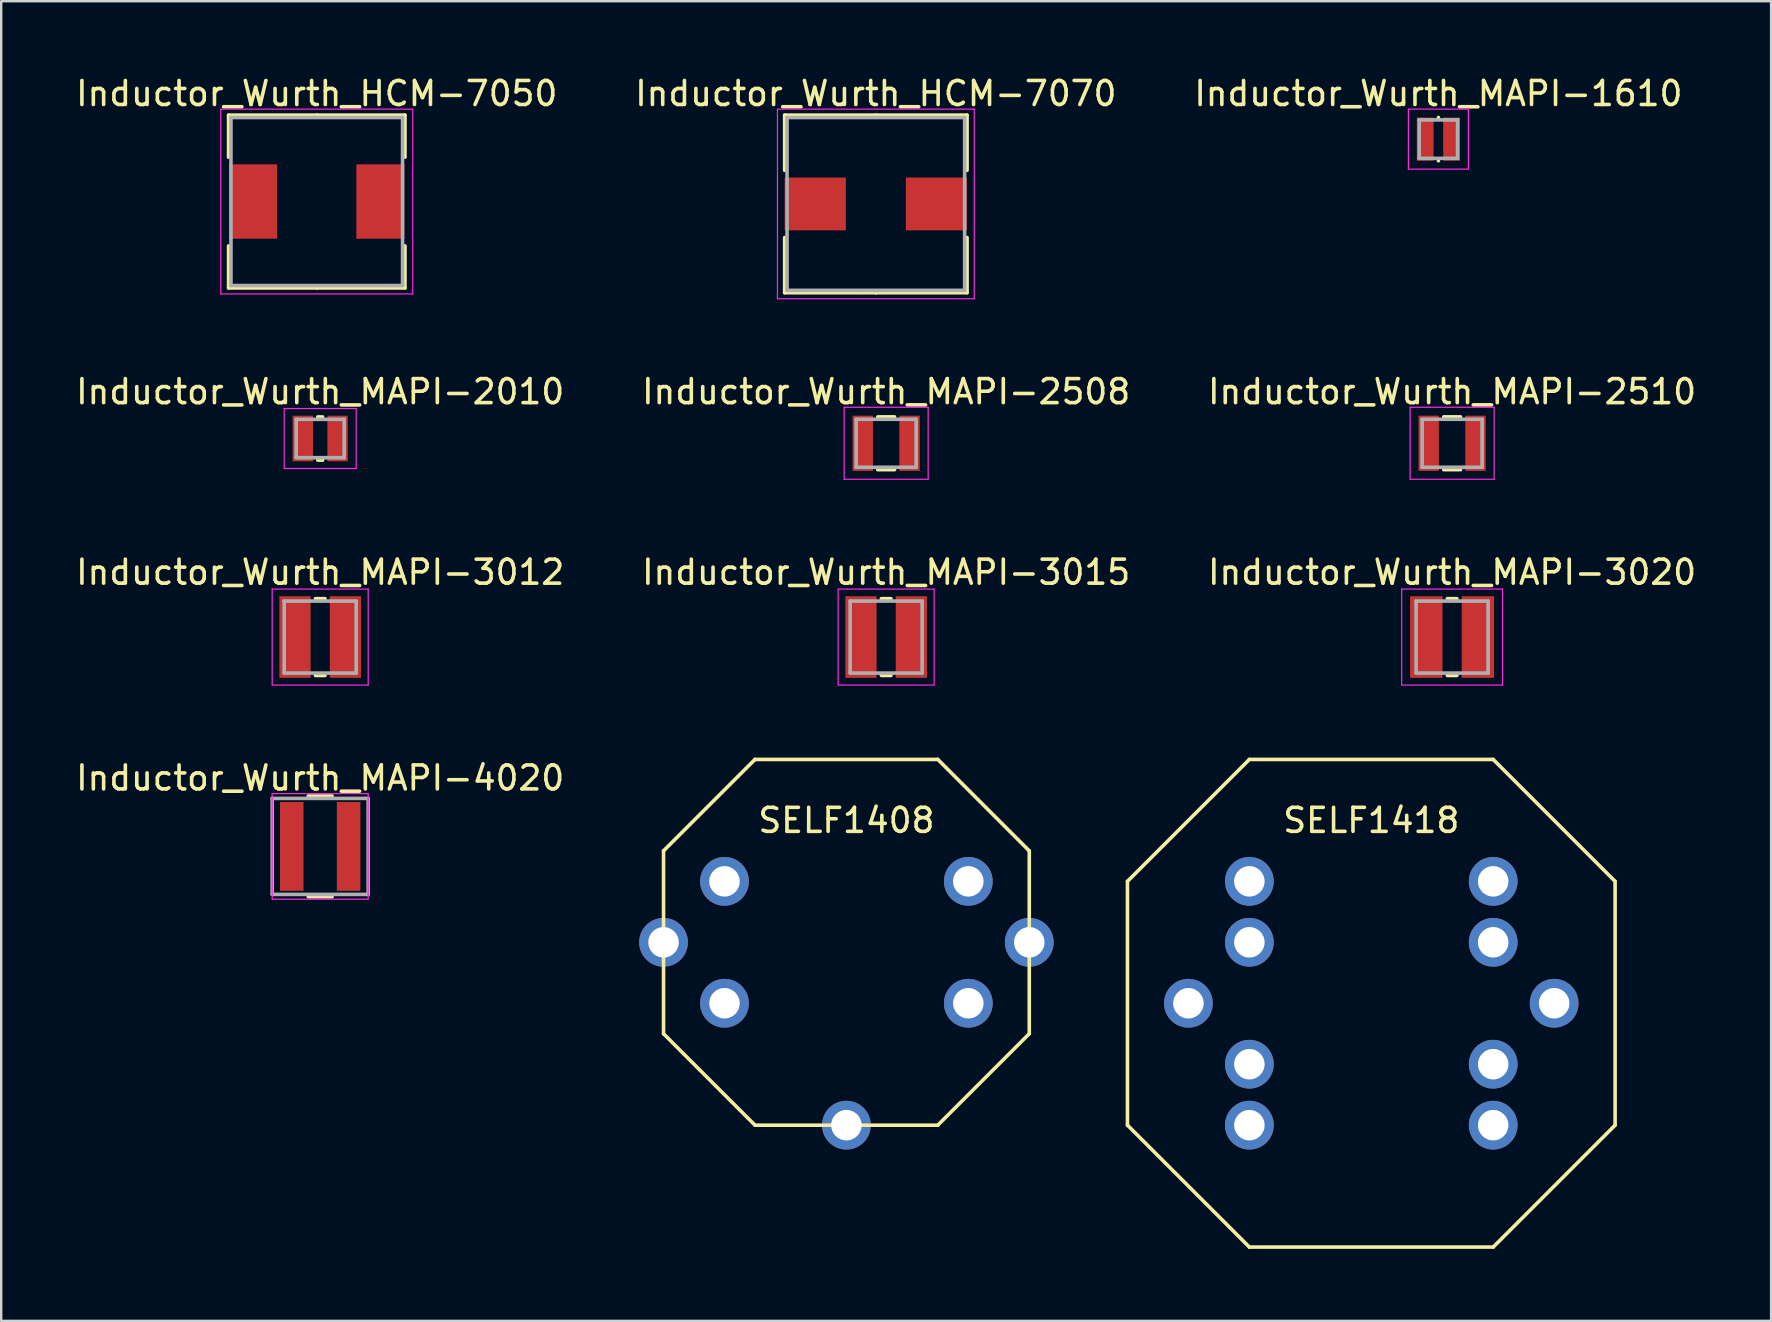
<source format=kicad_pcb>
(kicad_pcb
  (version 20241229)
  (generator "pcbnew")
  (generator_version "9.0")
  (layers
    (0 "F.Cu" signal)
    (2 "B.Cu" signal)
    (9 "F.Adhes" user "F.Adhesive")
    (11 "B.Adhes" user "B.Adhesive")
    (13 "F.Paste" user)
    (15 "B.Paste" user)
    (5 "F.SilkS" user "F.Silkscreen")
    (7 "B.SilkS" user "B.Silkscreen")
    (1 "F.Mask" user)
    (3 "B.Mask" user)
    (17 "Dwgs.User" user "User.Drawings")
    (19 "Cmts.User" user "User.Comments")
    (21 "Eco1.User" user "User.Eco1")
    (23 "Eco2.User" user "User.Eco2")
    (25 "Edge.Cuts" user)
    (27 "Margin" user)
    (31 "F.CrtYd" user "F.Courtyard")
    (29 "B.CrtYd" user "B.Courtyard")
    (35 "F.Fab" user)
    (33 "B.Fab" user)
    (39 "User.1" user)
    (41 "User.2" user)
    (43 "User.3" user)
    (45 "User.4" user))
  (footprint "Inductor_Wurth_MAPI-2510"
    (layer "F.Cu")
    (at 57.458 15.421)
    (property "Reference" "Inductor_Wurth_MAPI-2510" (at 0 -2.15 0) (layer "F.SilkS") (effects (font (size 1 1) (thickness 0.15))))
    (attr smd)
    (fp_line (start -0.35 -1.1) (end 0.35 -1.1) (stroke (width 0.15) (type solid)) (layer "F.SilkS"))
    (fp_line (start -0.35 1.1) (end 0.35 1.1) (stroke (width 0.15) (type solid)) (layer "F.SilkS"))
    (fp_line (start -1.75 -1.5) (end -1.75 1.5) (stroke (width 0.05) (type solid)) (layer "F.CrtYd"))
    (fp_line (start -1.75 1.5) (end 1.75 1.5) (stroke (width 0.05) (type solid)) (layer "F.CrtYd"))
    (fp_line (start 1.75 -1.5) (end -1.75 -1.5) (stroke (width 0.05) (type solid)) (layer "F.CrtYd"))
    (fp_line (start 1.75 1.5) (end 1.75 -1.5) (stroke (width 0.05) (type solid)) (layer "F.CrtYd"))
    (fp_line (start -1.25 -1) (end -1.25 1) (stroke (width 0.15) (type solid)) (layer "F.Fab"))
    (fp_line (start -1.25 1) (end 1.25 1) (stroke (width 0.15) (type solid)) (layer "F.Fab"))
    (fp_line (start 1.25 -1) (end -1.25 -1) (stroke (width 0.15) (type solid)) (layer "F.Fab"))
    (fp_line (start 1.25 1) (end 1.25 -1) (stroke (width 0.15) (type solid)) (layer "F.Fab"))
    (pad "1" smd rect (at -0.975 0) (size 0.85 2.3) (layers "F.Cu" "F.Mask" "F.Paste"))
    (pad "2" smd rect (at 0.975 0) (size 0.85 2.3) (layers "F.Cu" "F.Mask" "F.Paste")))
  (footprint "Inductor_Wurth_MAPI-1610"
    (layer "F.Cu")
    (at 56.887 2.748)
    (property "Reference" "Inductor_Wurth_MAPI-1610" (at 0 -1.9 0) (layer "F.SilkS") (effects (font (size 1 1) (thickness 0.15))))
    (attr smd)
    (fp_line (start 0 -0.9) (end 0 -0.9) (stroke (width 0.15) (type solid)) (layer "F.SilkS"))
    (fp_line (start 0 0.9) (end 0 0.9) (stroke (width 0.15) (type solid)) (layer "F.SilkS"))
    (fp_line (start -1.25 -1.25) (end -1.25 1.25) (stroke (width 0.05) (type solid)) (layer "F.CrtYd"))
    (fp_line (start -1.25 1.25) (end 1.25 1.25) (stroke (width 0.05) (type solid)) (layer "F.CrtYd"))
    (fp_line (start 1.25 -1.25) (end -1.25 -1.25) (stroke (width 0.05) (type solid)) (layer "F.CrtYd"))
    (fp_line (start 1.25 1.25) (end 1.25 -1.25) (stroke (width 0.05) (type solid)) (layer "F.CrtYd"))
    (fp_line (start -0.8 -0.8) (end -0.8 0.8) (stroke (width 0.15) (type solid)) (layer "F.Fab"))
    (fp_line (start -0.8 0.8) (end 0.8 0.8) (stroke (width 0.15) (type solid)) (layer "F.Fab"))
    (fp_line (start 0.8 -0.8) (end -0.8 -0.8) (stroke (width 0.15) (type solid)) (layer "F.Fab"))
    (fp_line (start 0.8 0.8) (end 0.8 -0.8) (stroke (width 0.15) (type solid)) (layer "F.Fab"))
    (pad "1" smd rect (at -0.55 0) (size 0.7 1.8) (layers "F.Cu" "F.Mask" "F.Paste"))
    (pad "2" smd rect (at 0.55 0) (size 0.7 1.8) (layers "F.Cu" "F.Mask" "F.Paste")))
  (footprint "Inductor_Wurth_MAPI-3012"
    (layer "F.Cu")
    (at 10.292 23.495)
    (property "Reference" "Inductor_Wurth_MAPI-3012" (at 0 -2.7 0) (layer "F.SilkS") (effects (font (size 1 1) (thickness 0.15))))
    (attr smd)
    (fp_line (start -0.2 -1.6) (end 0.2 -1.6) (stroke (width 0.15) (type solid)) (layer "F.SilkS"))
    (fp_line (start -0.2 1.6) (end 0.2 1.6) (stroke (width 0.15) (type solid)) (layer "F.SilkS"))
    (fp_line (start -2 -2) (end -2 2) (stroke (width 0.05) (type solid)) (layer "F.CrtYd"))
    (fp_line (start -2 2) (end 2 2) (stroke (width 0.05) (type solid)) (layer "F.CrtYd"))
    (fp_line (start 2 -2) (end -2 -2) (stroke (width 0.05) (type solid)) (layer "F.CrtYd"))
    (fp_line (start 2 2) (end 2 -2) (stroke (width 0.05) (type solid)) (layer "F.CrtYd"))
    (fp_line (start -1.5 -1.5) (end -1.5 1.5) (stroke (width 0.15) (type solid)) (layer "F.Fab"))
    (fp_line (start -1.5 1.5) (end 1.5 1.5) (stroke (width 0.15) (type solid)) (layer "F.Fab"))
    (fp_line (start 1.5 -1.5) (end -1.5 -1.5) (stroke (width 0.15) (type solid)) (layer "F.Fab"))
    (fp_line (start 1.5 1.5) (end 1.5 -1.5) (stroke (width 0.15) (type solid)) (layer "F.Fab"))
    (pad "1" smd rect (at -1.05 0) (size 1.3 3.4) (layers "F.Cu" "F.Mask" "F.Paste"))
    (pad "2" smd rect (at 1.05 0) (size 1.3 3.4) (layers "F.Cu" "F.Mask" "F.Paste")))
  (footprint "Inductor_Wurth_MAPI-2010"
    (layer "F.Cu")
    (at 10.292 15.222)
    (property "Reference" "Inductor_Wurth_MAPI-2010" (at 0 -1.95 0) (layer "F.SilkS") (effects (font (size 1 1) (thickness 0.15))))
    (attr smd)
    (fp_line (start -0.1 -0.9) (end 0.1 -0.9) (stroke (width 0.15) (type solid)) (layer "F.SilkS"))
    (fp_line (start -0.1 0.9) (end 0.1 0.9) (stroke (width 0.15) (type solid)) (layer "F.SilkS"))
    (fp_line (start -1.5 -1.25) (end -1.5 1.25) (stroke (width 0.05) (type solid)) (layer "F.CrtYd"))
    (fp_line (start -1.5 1.25) (end 1.5 1.25) (stroke (width 0.05) (type solid)) (layer "F.CrtYd"))
    (fp_line (start 1.5 -1.25) (end -1.5 -1.25) (stroke (width 0.05) (type solid)) (layer "F.CrtYd"))
    (fp_line (start 1.5 1.25) (end 1.5 -1.25) (stroke (width 0.05) (type solid)) (layer "F.CrtYd"))
    (fp_line (start -1 -0.8) (end -1 0.8) (stroke (width 0.15) (type solid)) (layer "F.Fab"))
    (fp_line (start -1 0.8) (end 1 0.8) (stroke (width 0.15) (type solid)) (layer "F.Fab"))
    (fp_line (start 1 -0.8) (end -1 -0.8) (stroke (width 0.15) (type solid)) (layer "F.Fab"))
    (fp_line (start 1 0.8) (end 1 -0.8) (stroke (width 0.15) (type solid)) (layer "F.Fab"))
    (pad "1" smd rect (at -0.725 0) (size 0.85 1.9) (layers "F.Cu" "F.Mask" "F.Paste"))
    (pad "2" smd rect (at 0.725 0) (size 0.85 1.9) (layers "F.Cu" "F.Mask" "F.Paste")))
  (footprint "Inductor_Wurth_HCM-7050"
    (layer "F.Cu")
    (at 10.149 5.348)
    (property "Reference" "Inductor_Wurth_HCM-7050" (at 0 -4.5 0) (layer "F.SilkS") (effects (font (size 1 1) (thickness 0.15))))
    (attr smd)
    (fp_line (start -3.675 -3.6) (end 0 -3.6) (stroke (width 0.15) (type solid)) (layer "F.SilkS"))
    (fp_line (start -3.675 -1.85) (end -3.675 -3.6) (stroke (width 0.15) (type solid)) (layer "F.SilkS"))
    (fp_line (start -3.675 1.85) (end -3.675 3.6) (stroke (width 0.15) (type solid)) (layer "F.SilkS"))
    (fp_line (start -3.675 3.6) (end 0 3.6) (stroke (width 0.15) (type solid)) (layer "F.SilkS"))
    (fp_line (start 3.675 -3.6) (end 0 -3.6) (stroke (width 0.15) (type solid)) (layer "F.SilkS"))
    (fp_line (start 3.675 -1.85) (end 3.675 -3.6) (stroke (width 0.15) (type solid)) (layer "F.SilkS"))
    (fp_line (start 3.675 1.85) (end 3.675 3.6) (stroke (width 0.15) (type solid)) (layer "F.SilkS"))
    (fp_line (start 3.675 3.6) (end 0 3.6) (stroke (width 0.15) (type solid)) (layer "F.SilkS"))
    (fp_line (start -4 -3.85) (end -4 3.85) (stroke (width 0.05) (type solid)) (layer "F.CrtYd"))
    (fp_line (start -4 3.85) (end 4 3.85) (stroke (width 0.05) (type solid)) (layer "F.CrtYd"))
    (fp_line (start 4 -3.85) (end -4 -3.85) (stroke (width 0.05) (type solid)) (layer "F.CrtYd"))
    (fp_line (start 4 3.85) (end 4 -3.85) (stroke (width 0.05) (type solid)) (layer "F.CrtYd"))
    (fp_line (start -3.575 -3.5) (end -3.575 3.5) (stroke (width 0.15) (type solid)) (layer "F.Fab"))
    (fp_line (start -3.575 3.5) (end 3.575 3.5) (stroke (width 0.15) (type solid)) (layer "F.Fab"))
    (fp_line (start 3.575 -3.5) (end -3.575 -3.5) (stroke (width 0.15) (type solid)) (layer "F.Fab"))
    (fp_line (start 3.575 3.5) (end 3.575 -3.5) (stroke (width 0.15) (type solid)) (layer "F.Fab"))
    (pad "1" smd rect (at -2.65 0) (size 2 3.1) (layers "F.Cu" "F.Mask" "F.Paste"))
    (pad "2" smd rect (at 2.65 0) (size 2 3.1) (layers "F.Cu" "F.Mask" "F.Paste")))
  (footprint "Inductor_Wurth_MAPI-2508"
    (layer "F.Cu")
    (at 33.875 15.421)
    (property "Reference" "Inductor_Wurth_MAPI-2508" (at 0 -2.15 0) (layer "F.SilkS") (effects (font (size 1 1) (thickness 0.15))))
    (attr smd)
    (fp_line (start -0.35 -1.1) (end 0.35 -1.1) (stroke (width 0.15) (type solid)) (layer "F.SilkS"))
    (fp_line (start -0.35 1.1) (end 0.35 1.1) (stroke (width 0.15) (type solid)) (layer "F.SilkS"))
    (fp_line (start -1.75 -1.5) (end -1.75 1.5) (stroke (width 0.05) (type solid)) (layer "F.CrtYd"))
    (fp_line (start -1.75 1.5) (end 1.75 1.5) (stroke (width 0.05) (type solid)) (layer "F.CrtYd"))
    (fp_line (start 1.75 -1.5) (end -1.75 -1.5) (stroke (width 0.05) (type solid)) (layer "F.CrtYd"))
    (fp_line (start 1.75 1.5) (end 1.75 -1.5) (stroke (width 0.05) (type solid)) (layer "F.CrtYd"))
    (fp_line (start -1.25 -1) (end -1.25 1) (stroke (width 0.15) (type solid)) (layer "F.Fab"))
    (fp_line (start -1.25 1) (end 1.25 1) (stroke (width 0.15) (type solid)) (layer "F.Fab"))
    (fp_line (start 1.25 -1) (end -1.25 -1) (stroke (width 0.15) (type solid)) (layer "F.Fab"))
    (fp_line (start 1.25 1) (end 1.25 -1) (stroke (width 0.15) (type solid)) (layer "F.Fab"))
    (pad "1" smd rect (at -0.975 0) (size 0.85 2.3) (layers "F.Cu" "F.Mask" "F.Paste"))
    (pad "2" smd rect (at 0.975 0) (size 0.85 2.3) (layers "F.Cu" "F.Mask" "F.Paste")))
  (footprint "SELF1408"
    (layer "F.Cu")
    (at 32.219 36.215)
    (property "Reference" "SELF1408" (at 0 -5.08 0) (layer "F.SilkS") (effects (font (size 1 1) (thickness 0.15))))
    (attr through_hole)
    (fp_line (start -7.62 -3.81) (end -7.62 3.81) (stroke (width 0.15) (type solid)) (layer "F.SilkS"))
    (fp_line (start -7.62 3.81) (end -3.81 7.62) (stroke (width 0.15) (type solid)) (layer "F.SilkS"))
    (fp_line (start -3.81 -7.62) (end -7.62 -3.81) (stroke (width 0.15) (type solid)) (layer "F.SilkS"))
    (fp_line (start -3.81 7.62) (end 3.81 7.62) (stroke (width 0.15) (type solid)) (layer "F.SilkS"))
    (fp_line (start 3.81 -7.62) (end -3.81 -7.62) (stroke (width 0.15) (type solid)) (layer "F.SilkS"))
    (fp_line (start 3.81 7.62) (end 7.62 3.81) (stroke (width 0.15) (type solid)) (layer "F.SilkS"))
    (fp_line (start 7.62 -3.81) (end 3.81 -7.62) (stroke (width 0.15) (type solid)) (layer "F.SilkS"))
    (fp_line (start 7.62 3.81) (end 7.62 -3.81) (stroke (width 0.15) (type solid)) (layer "F.SilkS"))
    (pad "0" thru_hole circle (at 0 7.62) (size 2.032 2.032) (drill 1.27) (layers "*.Cu" "*.Mask"))
    (pad "1" thru_hole circle (at -7.62 0) (size 2.032 2.032) (drill 1.27) (layers "*.Cu" "*.Mask"))
    (pad "1" thru_hole circle (at -5.08 -2.54) (size 2.032 2.032) (drill 1.27) (layers "*.Cu" "*.Mask"))
    (pad "1" thru_hole circle (at -5.08 2.54) (size 2.032 2.032) (drill 1.27) (layers "*.Cu" "*.Mask"))
    (pad "2" thru_hole circle (at 5.08 -2.54) (size 2.032 2.032) (drill 1.27) (layers "*.Cu" "*.Mask"))
    (pad "2" thru_hole circle (at 5.08 2.54) (size 2.032 2.032) (drill 1.27) (layers "*.Cu" "*.Mask"))
    (pad "2" thru_hole circle (at 7.62 0) (size 2.032 2.032) (drill 1.27) (layers "*.Cu" "*.Mask")))
  (footprint "Inductor_Wurth_MAPI-3020"
    (layer "F.Cu")
    (at 57.458 23.495)
    (property "Reference" "Inductor_Wurth_MAPI-3020" (at 0 -2.7 0) (layer "F.SilkS") (effects (font (size 1 1) (thickness 0.15))))
    (attr smd)
    (fp_line (start -0.2 -1.6) (end 0.2 -1.6) (stroke (width 0.15) (type solid)) (layer "F.SilkS"))
    (fp_line (start -0.2 1.6) (end 0.2 1.6) (stroke (width 0.15) (type solid)) (layer "F.SilkS"))
    (fp_line (start -2.1 -2) (end -2.1 2) (stroke (width 0.05) (type solid)) (layer "F.CrtYd"))
    (fp_line (start -2.1 2) (end 2.1 2) (stroke (width 0.05) (type solid)) (layer "F.CrtYd"))
    (fp_line (start 2.1 -2) (end -2.1 -2) (stroke (width 0.05) (type solid)) (layer "F.CrtYd"))
    (fp_line (start 2.1 2) (end 2.1 -2) (stroke (width 0.05) (type solid)) (layer "F.CrtYd"))
    (fp_line (start -1.5 -1.5) (end -1.5 1.5) (stroke (width 0.15) (type solid)) (layer "F.Fab"))
    (fp_line (start -1.5 1.5) (end 1.5 1.5) (stroke (width 0.15) (type solid)) (layer "F.Fab"))
    (fp_line (start 1.5 -1.5) (end -1.5 -1.5) (stroke (width 0.15) (type solid)) (layer "F.Fab"))
    (fp_line (start 1.5 1.5) (end 1.5 -1.5) (stroke (width 0.15) (type solid)) (layer "F.Fab"))
    (pad "1" smd rect (at -1.075 0) (size 1.35 3.4) (layers "F.Cu" "F.Mask" "F.Paste"))
    (pad "2" smd rect (at 1.075 0) (size 1.35 3.4) (layers "F.Cu" "F.Mask" "F.Paste")))
  (footprint "Inductor_Wurth_HCM-7070"
    (layer "F.Cu")
    (at 33.446 5.448)
    (property "Reference" "Inductor_Wurth_HCM-7070" (at 0 -4.6 0) (layer "F.SilkS") (effects (font (size 1 1) (thickness 0.15))))
    (attr smd)
    (fp_line (start -3.8 -3.7) (end 0 -3.7) (stroke (width 0.15) (type solid)) (layer "F.SilkS"))
    (fp_line (start -3.8 -1.4) (end -3.8 -3.7) (stroke (width 0.15) (type solid)) (layer "F.SilkS"))
    (fp_line (start -3.8 1.4) (end -3.8 3.7) (stroke (width 0.15) (type solid)) (layer "F.SilkS"))
    (fp_line (start -3.8 3.7) (end 0 3.7) (stroke (width 0.15) (type solid)) (layer "F.SilkS"))
    (fp_line (start 3.8 -3.7) (end 0 -3.7) (stroke (width 0.15) (type solid)) (layer "F.SilkS"))
    (fp_line (start 3.8 -1.4) (end 3.8 -3.7) (stroke (width 0.15) (type solid)) (layer "F.SilkS"))
    (fp_line (start 3.8 1.4) (end 3.8 3.7) (stroke (width 0.15) (type solid)) (layer "F.SilkS"))
    (fp_line (start 3.8 3.7) (end 0 3.7) (stroke (width 0.15) (type solid)) (layer "F.SilkS"))
    (fp_line (start -4.1 -3.95) (end -4.1 3.95) (stroke (width 0.05) (type solid)) (layer "F.CrtYd"))
    (fp_line (start -4.1 3.95) (end 4.1 3.95) (stroke (width 0.05) (type solid)) (layer "F.CrtYd"))
    (fp_line (start 4.1 -3.95) (end -4.1 -3.95) (stroke (width 0.05) (type solid)) (layer "F.CrtYd"))
    (fp_line (start 4.1 3.95) (end 4.1 -3.95) (stroke (width 0.05) (type solid)) (layer "F.CrtYd"))
    (fp_line (start -3.7 -3.6) (end -3.7 3.6) (stroke (width 0.15) (type solid)) (layer "F.Fab"))
    (fp_line (start -3.7 3.6) (end 3.7 3.6) (stroke (width 0.15) (type solid)) (layer "F.Fab"))
    (fp_line (start 3.7 -3.6) (end -3.7 -3.6) (stroke (width 0.15) (type solid)) (layer "F.Fab"))
    (fp_line (start 3.7 3.6) (end 3.7 -3.6) (stroke (width 0.15) (type solid)) (layer "F.Fab"))
    (pad "1" smd rect (at -2.525 0) (size 2.55 2.2) (layers "F.Cu" "F.Mask" "F.Paste"))
    (pad "2" smd rect (at 2.525 0) (size 2.55 2.2) (layers "F.Cu" "F.Mask" "F.Paste")))
  (footprint "Inductor_Wurth_MAPI-4020"
    (layer "F.Cu")
    (at 10.292 32.218)
    (property "Reference" "Inductor_Wurth_MAPI-4020" (at 0 -2.85 0) (layer "F.SilkS") (effects (font (size 1 1) (thickness 0.15))))
    (attr smd)
    (fp_line (start -0.495 -2.1) (end 0.495 -2.1) (stroke (width 0.15) (type solid)) (layer "F.SilkS"))
    (fp_line (start -0.495 2.1) (end 0.495 2.1) (stroke (width 0.15) (type solid)) (layer "F.SilkS"))
    (fp_line (start -2 -2.2) (end -2 2.2) (stroke (width 0.05) (type solid)) (layer "F.CrtYd"))
    (fp_line (start -2 2.2) (end 2 2.2) (stroke (width 0.05) (type solid)) (layer "F.CrtYd"))
    (fp_line (start 2 -2.2) (end -2 -2.2) (stroke (width 0.05) (type solid)) (layer "F.CrtYd"))
    (fp_line (start 2 2.2) (end 2 -2.2) (stroke (width 0.05) (type solid)) (layer "F.CrtYd"))
    (fp_line (start -2 -2) (end -2 2) (stroke (width 0.15) (type solid)) (layer "F.Fab"))
    (fp_line (start -2 2) (end 2 2) (stroke (width 0.15) (type solid)) (layer "F.Fab"))
    (fp_line (start 2 -2) (end -2 -2) (stroke (width 0.15) (type solid)) (layer "F.Fab"))
    (fp_line (start 2 2) (end 2 -2) (stroke (width 0.15) (type solid)) (layer "F.Fab"))
    (pad "1" smd rect (at -1.185 0) (size 0.98 3.7) (layers "F.Cu" "F.Mask" "F.Paste"))
    (pad "2" smd rect (at 1.185 0) (size 0.98 3.7) (layers "F.Cu" "F.Mask" "F.Paste")))
  (footprint "Inductor_Wurth_MAPI-3015"
    (layer "F.Cu")
    (at 33.875 23.495)
    (property "Reference" "Inductor_Wurth_MAPI-3015" (at 0 -2.7 0) (layer "F.SilkS") (effects (font (size 1 1) (thickness 0.15))))
    (attr smd)
    (fp_line (start -0.2 -1.6) (end 0.2 -1.6) (stroke (width 0.15) (type solid)) (layer "F.SilkS"))
    (fp_line (start -0.2 1.6) (end 0.2 1.6) (stroke (width 0.15) (type solid)) (layer "F.SilkS"))
    (fp_line (start -2 -2) (end -2 2) (stroke (width 0.05) (type solid)) (layer "F.CrtYd"))
    (fp_line (start -2 2) (end 2 2) (stroke (width 0.05) (type solid)) (layer "F.CrtYd"))
    (fp_line (start 2 -2) (end -2 -2) (stroke (width 0.05) (type solid)) (layer "F.CrtYd"))
    (fp_line (start 2 2) (end 2 -2) (stroke (width 0.05) (type solid)) (layer "F.CrtYd"))
    (fp_line (start -1.5 -1.5) (end -1.5 1.5) (stroke (width 0.15) (type solid)) (layer "F.Fab"))
    (fp_line (start -1.5 1.5) (end 1.5 1.5) (stroke (width 0.15) (type solid)) (layer "F.Fab"))
    (fp_line (start 1.5 -1.5) (end -1.5 -1.5) (stroke (width 0.15) (type solid)) (layer "F.Fab"))
    (fp_line (start 1.5 1.5) (end 1.5 -1.5) (stroke (width 0.15) (type solid)) (layer "F.Fab"))
    (pad "1" smd rect (at -1.05 0) (size 1.3 3.4) (layers "F.Cu" "F.Mask" "F.Paste"))
    (pad "2" smd rect (at 1.05 0) (size 1.3 3.4) (layers "F.Cu" "F.Mask" "F.Paste")))
  (footprint "SELF1418"
    (layer "F.Cu")
    (at 54.09 38.755)
    (property "Reference" "SELF1418" (at 0 -7.62 0) (layer "F.SilkS") (effects (font (size 1 1) (thickness 0.15))))
    (attr through_hole)
    (fp_line (start -10.16 -5.08) (end -10.16 5.08) (stroke (width 0.15) (type solid)) (layer "F.SilkS"))
    (fp_line (start -10.16 5.08) (end -5.08 10.16) (stroke (width 0.15) (type solid)) (layer "F.SilkS"))
    (fp_line (start -5.08 -10.16) (end -10.16 -5.08) (stroke (width 0.15) (type solid)) (layer "F.SilkS"))
    (fp_line (start -5.08 10.16) (end 5.08 10.16) (stroke (width 0.15) (type solid)) (layer "F.SilkS"))
    (fp_line (start 5.08 -10.16) (end -5.08 -10.16) (stroke (width 0.15) (type solid)) (layer "F.SilkS"))
    (fp_line (start 5.08 10.16) (end 10.16 5.08) (stroke (width 0.15) (type solid)) (layer "F.SilkS"))
    (fp_line (start 10.16 -5.08) (end 5.08 -10.16) (stroke (width 0.15) (type solid)) (layer "F.SilkS"))
    (fp_line (start 10.16 5.08) (end 10.16 -5.08) (stroke (width 0.15) (type solid)) (layer "F.SilkS"))
    (pad "" thru_hole circle (at -7.62 0) (size 2.032 2.032) (drill 1.27) (layers "*.Cu" "*.Mask"))
    (pad "" thru_hole circle (at 7.62 0) (size 2.032 2.032) (drill 1.27) (layers "*.Cu" "*.Mask"))
    (pad "1" thru_hole circle (at -5.08 -5.08) (size 2.032 2.032) (drill 1.27) (layers "*.Cu" "*.Mask"))
    (pad "1" thru_hole circle (at -5.08 -2.54) (size 2.032 2.032) (drill 1.27) (layers "*.Cu" "*.Mask"))
    (pad "2" thru_hole circle (at 5.08 -5.08) (size 2.032 2.032) (drill 1.27) (layers "*.Cu" "*.Mask"))
    (pad "2" thru_hole circle (at 5.08 -2.54) (size 2.032 2.032) (drill 1.27) (layers "*.Cu" "*.Mask"))
    (pad "3" thru_hole circle (at 5.08 2.54) (size 2.032 2.032) (drill 1.27) (layers "*.Cu" "*.Mask"))
    (pad "3" thru_hole circle (at 5.08 5.08) (size 2.032 2.032) (drill 1.27) (layers "*.Cu" "*.Mask"))
    (pad "4" thru_hole circle (at -5.08 2.54) (size 2.032 2.032) (drill 1.27) (layers "*.Cu" "*.Mask"))
    (pad "4" thru_hole circle (at -5.08 5.08) (size 2.032 2.032) (drill 1.27) (layers "*.Cu" "*.Mask")))
  (gr_rect
    (start -3 -3)
    (end 70.75 51.99)
    (stroke (width 0.1) (type default))
    (fill no)
    (layer "Edge.Cuts")))
</source>
